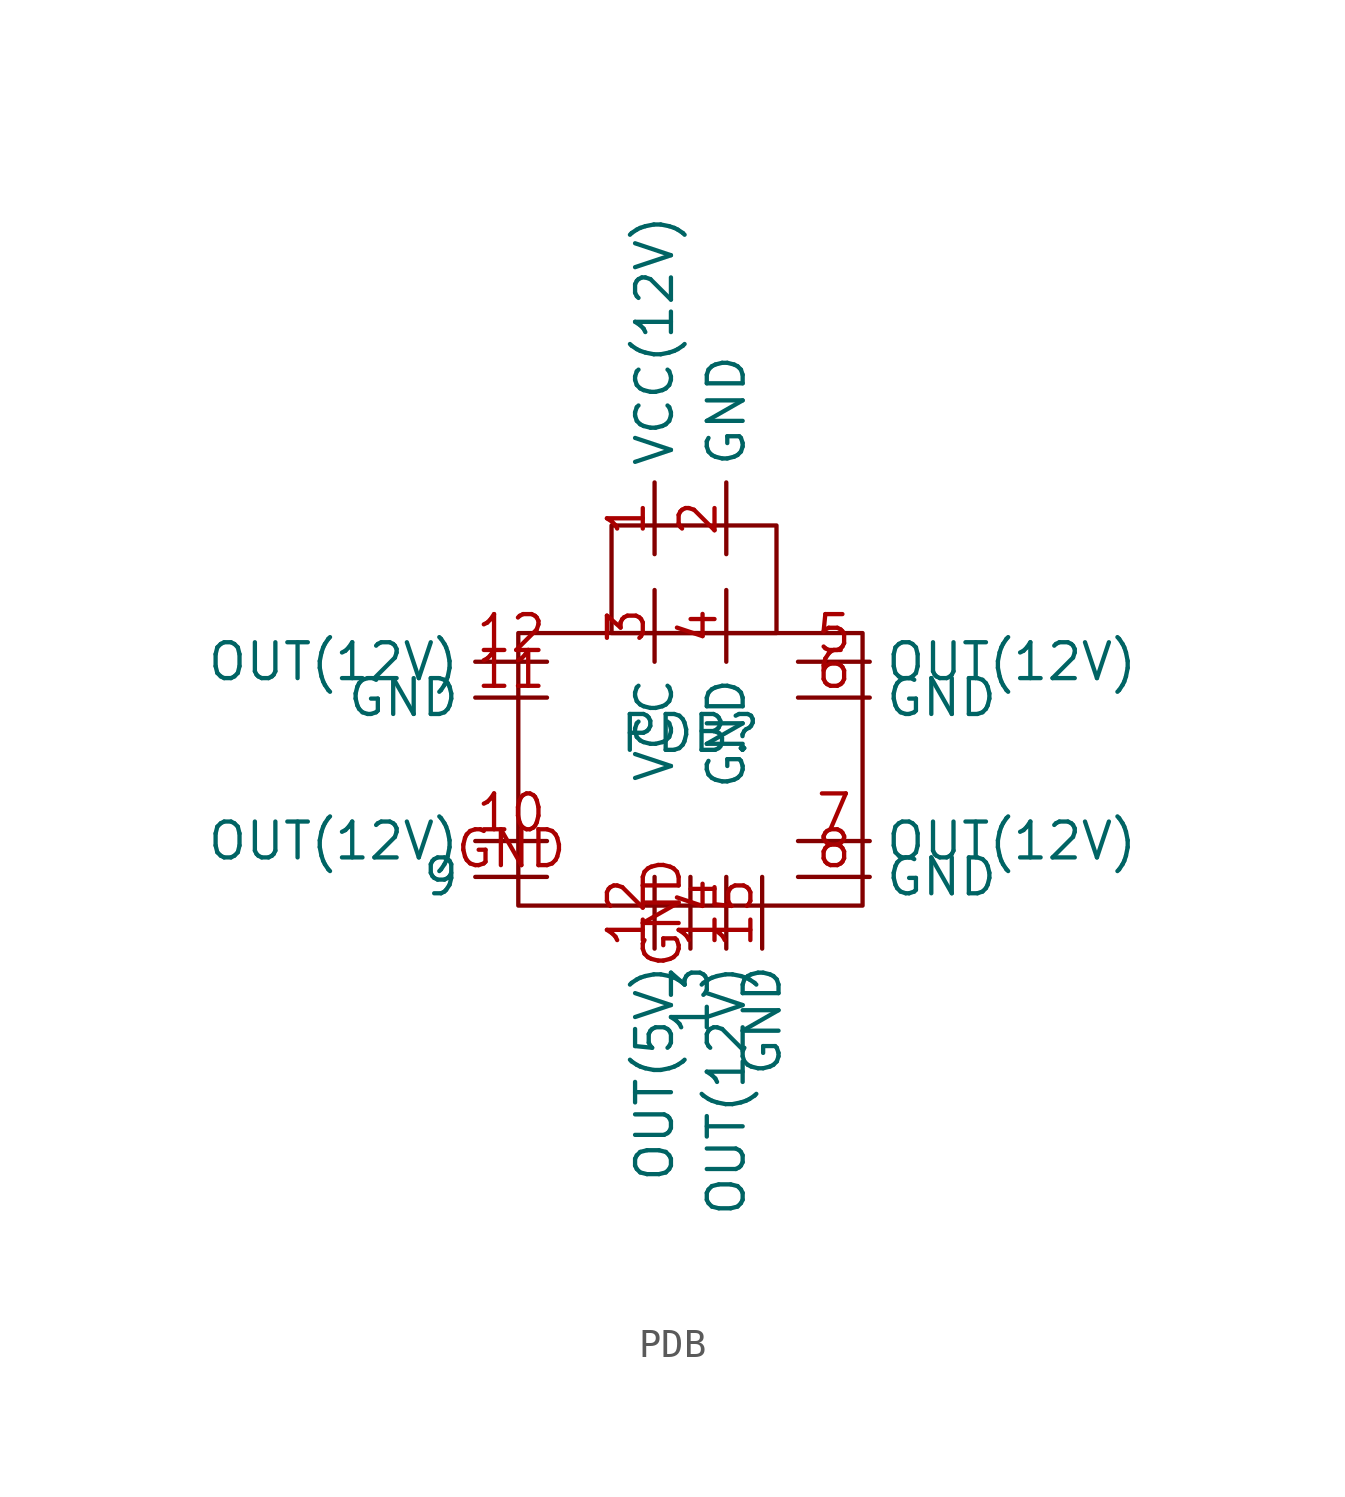
<source format=kicad_sym>
(kicad_symbol_lib
  (version 20231120)
  (generator "kicad_symbol_editor")
  (generator_version "8.0")
  (symbol "PDB"
    (property "Reference" "PDB"
      (at 0 0 0)
      (effects (font (size 1.27 1.27))))
    (property "Value" ""
      (at 0 0 0)
      (effects (font (size 1.27 1.27))))
    (symbol "PDB_0_1"
      (rectangle (start -6.096 3.556) (end 6.096 -6.096) (stroke (width 0) (type default)) (fill (type none)))
      (rectangle (start -2.794 3.556) (end 3.048 7.366) (stroke (width 0) (type default)) (fill (type none))))
    (symbol "PDB_1_1"
      (pin input line (at -1.27 6.35 90) (length 2.54) (name "VCC(12V)" (effects (font (size 1.27 1.27)))) (number "1" (effects (font (size 1.27 1.27)))))
      (pin output line (at -5.08 -3.81 180) (length 2.54) (name "OUT(12V)" (effects (font (size 1.27 1.27)))) (number "10" (effects (font (size 1.27 1.27)))))
      (pin output line (at -5.08 1.27 180) (length 2.54) (name "GND" (effects (font (size 1.27 1.27)))) (number "11" (effects (font (size 1.27 1.27)))))
      (pin output line (at -5.08 2.54 180) (length 2.54) (name "OUT(12V)" (effects (font (size 1.27 1.27)))) (number "12" (effects (font (size 1.27 1.27)))))
      (pin output line (at -1.27 -5.08 270) (length 2.54) (name "OUT(5V)" (effects (font (size 1.27 1.27)))) (number "12" (effects (font (size 1.27 1.27)))))
      (pin output line (at 1.27 -5.08 270) (length 2.54) (name "OUT(12V)" (effects (font (size 1.27 1.27)))) (number "14" (effects (font (size 1.27 1.27)))))
      (pin output line (at 2.54 -5.08 270) (length 2.54) (name "GND" (effects (font (size 1.27 1.27)))) (number "15" (effects (font (size 1.27 1.27)))))
      (pin input line (at 1.27 6.35 90) (length 2.54) (name "GND" (effects (font (size 1.27 1.27)))) (number "2" (effects (font (size 1.27 1.27)))))
      (pin input line (at -1.27 5.08 270) (length 2.54) (name "VCC" (effects (font (size 1.27 1.27)))) (number "3" (effects (font (size 1.27 1.27)))))
      (pin input line (at 1.27 5.08 270) (length 2.54) (name "GND" (effects (font (size 1.27 1.27)))) (number "4" (effects (font (size 1.27 1.27)))))
      (pin output line (at 3.81 2.54 0) (length 2.54) (name "OUT(12V)" (effects (font (size 1.27 1.27)))) (number "5" (effects (font (size 1.27 1.27)))))
      (pin output line (at 3.81 1.27 0) (length 2.54) (name "GND" (effects (font (size 1.27 1.27)))) (number "6" (effects (font (size 1.27 1.27)))))
      (pin output line (at 3.81 -3.81 0) (length 2.54) (name "OUT(12V)" (effects (font (size 1.27 1.27)))) (number "7" (effects (font (size 1.27 1.27)))))
      (pin output line (at 3.81 -5.08 0) (length 2.54) (name "GND" (effects (font (size 1.27 1.27)))) (number "8" (effects (font (size 1.27 1.27)))))
      (pin output line (at 0 -5.08 270) (length 2.54) (name "13" (effects (font (size 1.27 1.27)))) (number "GND" (effects (font (size 1.27 1.27)))))
      (pin output line (at -5.08 -5.08 180) (length 2.54) (name "9" (effects (font (size 1.27 1.27)))) (number "GND" (effects (font (size 1.27 1.27))))))))
</source>
